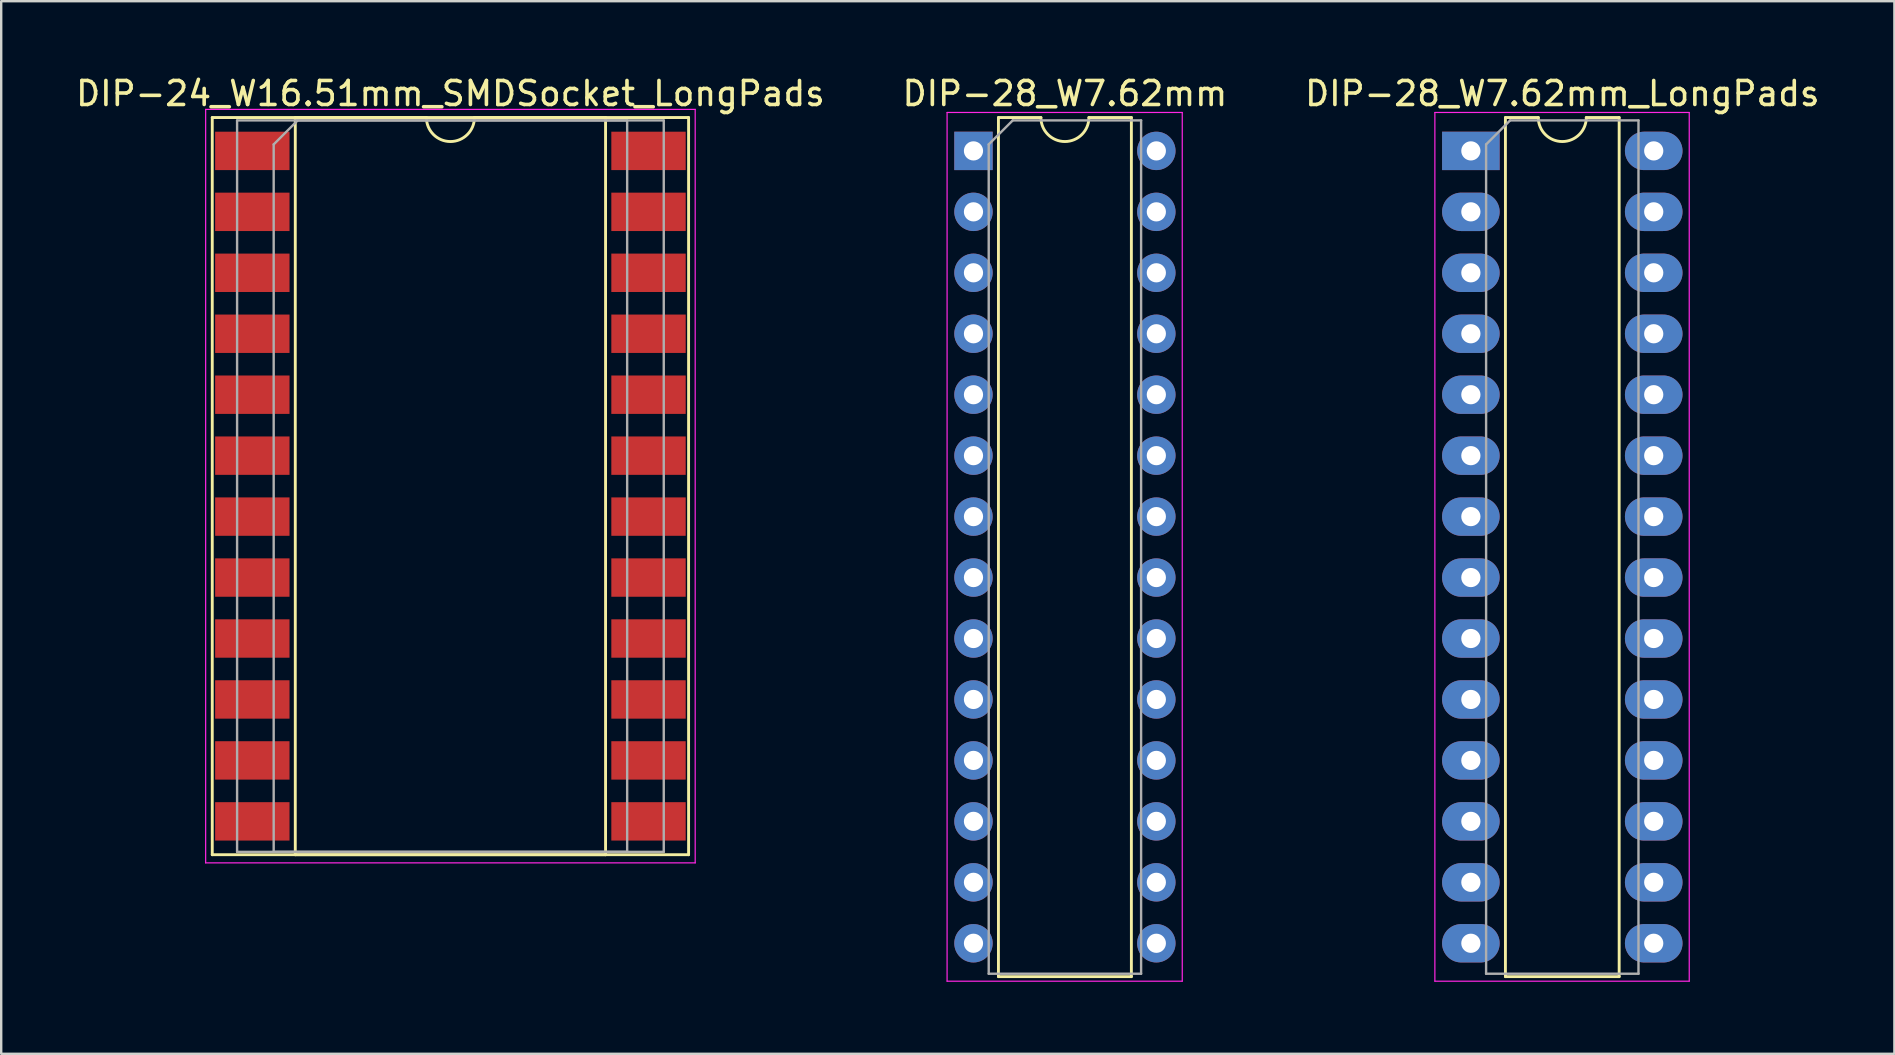
<source format=kicad_pcb>
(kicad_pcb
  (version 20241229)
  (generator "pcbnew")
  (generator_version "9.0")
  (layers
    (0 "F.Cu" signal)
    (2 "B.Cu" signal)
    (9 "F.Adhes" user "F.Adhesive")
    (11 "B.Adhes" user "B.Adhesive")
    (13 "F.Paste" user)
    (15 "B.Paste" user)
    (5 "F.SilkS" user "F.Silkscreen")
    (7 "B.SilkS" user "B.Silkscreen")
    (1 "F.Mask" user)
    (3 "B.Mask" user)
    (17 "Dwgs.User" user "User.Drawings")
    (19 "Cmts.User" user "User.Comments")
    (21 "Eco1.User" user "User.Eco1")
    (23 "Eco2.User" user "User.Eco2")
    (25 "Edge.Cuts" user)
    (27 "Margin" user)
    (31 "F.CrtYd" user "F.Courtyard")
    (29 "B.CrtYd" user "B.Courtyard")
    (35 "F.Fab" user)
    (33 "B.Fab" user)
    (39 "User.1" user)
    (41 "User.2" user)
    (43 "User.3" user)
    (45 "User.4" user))
  (footprint "DIP-28_W7.62mm"
    (layer "F.Cu")
    (at 37.517 3.238)
    (property "Reference" "DIP-28_W7.62mm" (at 3.81 -2.39 0) (layer "F.SilkS") (effects (font (size 1 1) (thickness 0.15))))
    (attr through_hole)
    (fp_line (start 1.04 -1.39) (end 1.04 34.41) (stroke (width 0.12) (type solid)) (layer "F.SilkS"))
    (fp_line (start 1.04 34.41) (end 6.58 34.41) (stroke (width 0.12) (type solid)) (layer "F.SilkS"))
    (fp_line (start 2.81 -1.39) (end 1.04 -1.39) (stroke (width 0.12) (type solid)) (layer "F.SilkS"))
    (fp_line (start 6.58 -1.39) (end 4.81 -1.39) (stroke (width 0.12) (type solid)) (layer "F.SilkS"))
    (fp_line (start 6.58 34.41) (end 6.58 -1.39) (stroke (width 0.12) (type solid)) (layer "F.SilkS"))
    (fp_arc (start 4.81 -1.39) (mid 3.81 -0.39) (end 2.81 -1.39) (stroke (width 0.12) (type solid)) (layer "F.SilkS"))
    (fp_line (start -1.1 -1.6) (end -1.1 34.6) (stroke (width 0.05) (type solid)) (layer "F.CrtYd"))
    (fp_line (start -1.1 34.6) (end 8.7 34.6) (stroke (width 0.05) (type solid)) (layer "F.CrtYd"))
    (fp_line (start 8.7 -1.6) (end -1.1 -1.6) (stroke (width 0.05) (type solid)) (layer "F.CrtYd"))
    (fp_line (start 8.7 34.6) (end 8.7 -1.6) (stroke (width 0.05) (type solid)) (layer "F.CrtYd"))
    (fp_line (start 0.635 -0.27) (end 1.635 -1.27) (stroke (width 0.1) (type solid)) (layer "F.Fab"))
    (fp_line (start 0.635 34.29) (end 0.635 -0.27) (stroke (width 0.1) (type solid)) (layer "F.Fab"))
    (fp_line (start 1.635 -1.27) (end 6.985 -1.27) (stroke (width 0.1) (type solid)) (layer "F.Fab"))
    (fp_line (start 6.985 -1.27) (end 6.985 34.29) (stroke (width 0.1) (type solid)) (layer "F.Fab"))
    (fp_line (start 6.985 34.29) (end 0.635 34.29) (stroke (width 0.1) (type solid)) (layer "F.Fab"))
    (pad "1" thru_hole rect (at 0 0) (size 1.6 1.6) (drill 0.8) (layers "*.Cu" "*.Mask"))
    (pad "2" thru_hole oval (at 0 2.54) (size 1.6 1.6) (drill 0.8) (layers "*.Cu" "*.Mask"))
    (pad "3" thru_hole oval (at 0 5.08) (size 1.6 1.6) (drill 0.8) (layers "*.Cu" "*.Mask"))
    (pad "4" thru_hole oval (at 0 7.62) (size 1.6 1.6) (drill 0.8) (layers "*.Cu" "*.Mask"))
    (pad "5" thru_hole oval (at 0 10.16) (size 1.6 1.6) (drill 0.8) (layers "*.Cu" "*.Mask"))
    (pad "6" thru_hole oval (at 0 12.7) (size 1.6 1.6) (drill 0.8) (layers "*.Cu" "*.Mask"))
    (pad "7" thru_hole oval (at 0 15.24) (size 1.6 1.6) (drill 0.8) (layers "*.Cu" "*.Mask"))
    (pad "8" thru_hole oval (at 0 17.78) (size 1.6 1.6) (drill 0.8) (layers "*.Cu" "*.Mask"))
    (pad "9" thru_hole oval (at 0 20.32) (size 1.6 1.6) (drill 0.8) (layers "*.Cu" "*.Mask"))
    (pad "10" thru_hole oval (at 0 22.86) (size 1.6 1.6) (drill 0.8) (layers "*.Cu" "*.Mask"))
    (pad "11" thru_hole oval (at 0 25.4) (size 1.6 1.6) (drill 0.8) (layers "*.Cu" "*.Mask"))
    (pad "12" thru_hole oval (at 0 27.94) (size 1.6 1.6) (drill 0.8) (layers "*.Cu" "*.Mask"))
    (pad "13" thru_hole oval (at 0 30.48) (size 1.6 1.6) (drill 0.8) (layers "*.Cu" "*.Mask"))
    (pad "14" thru_hole oval (at 0 33.02) (size 1.6 1.6) (drill 0.8) (layers "*.Cu" "*.Mask"))
    (pad "15" thru_hole oval (at 7.62 33.02) (size 1.6 1.6) (drill 0.8) (layers "*.Cu" "*.Mask"))
    (pad "16" thru_hole oval (at 7.62 30.48) (size 1.6 1.6) (drill 0.8) (layers "*.Cu" "*.Mask"))
    (pad "17" thru_hole oval (at 7.62 27.94) (size 1.6 1.6) (drill 0.8) (layers "*.Cu" "*.Mask"))
    (pad "18" thru_hole oval (at 7.62 25.4) (size 1.6 1.6) (drill 0.8) (layers "*.Cu" "*.Mask"))
    (pad "19" thru_hole oval (at 7.62 22.86) (size 1.6 1.6) (drill 0.8) (layers "*.Cu" "*.Mask"))
    (pad "20" thru_hole oval (at 7.62 20.32) (size 1.6 1.6) (drill 0.8) (layers "*.Cu" "*.Mask"))
    (pad "21" thru_hole oval (at 7.62 17.78) (size 1.6 1.6) (drill 0.8) (layers "*.Cu" "*.Mask"))
    (pad "22" thru_hole oval (at 7.62 15.24) (size 1.6 1.6) (drill 0.8) (layers "*.Cu" "*.Mask"))
    (pad "23" thru_hole oval (at 7.62 12.7) (size 1.6 1.6) (drill 0.8) (layers "*.Cu" "*.Mask"))
    (pad "24" thru_hole oval (at 7.62 10.16) (size 1.6 1.6) (drill 0.8) (layers "*.Cu" "*.Mask"))
    (pad "25" thru_hole oval (at 7.62 7.62) (size 1.6 1.6) (drill 0.8) (layers "*.Cu" "*.Mask"))
    (pad "26" thru_hole oval (at 7.62 5.08) (size 1.6 1.6) (drill 0.8) (layers "*.Cu" "*.Mask"))
    (pad "27" thru_hole oval (at 7.62 2.54) (size 1.6 1.6) (drill 0.8) (layers "*.Cu" "*.Mask"))
    (pad "28" thru_hole oval (at 7.62 0) (size 1.6 1.6) (drill 0.8) (layers "*.Cu" "*.Mask")))
  (footprint "DIP-28_W7.62mm_LongPads"
    (layer "F.Cu")
    (at 58.244 3.238)
    (property "Reference" "DIP-28_W7.62mm_LongPads" (at 3.81 -2.39 0) (layer "F.SilkS") (effects (font (size 1 1) (thickness 0.15))))
    (attr through_hole)
    (fp_line (start 1.44 -1.39) (end 1.44 34.41) (stroke (width 0.12) (type solid)) (layer "F.SilkS"))
    (fp_line (start 1.44 34.41) (end 6.18 34.41) (stroke (width 0.12) (type solid)) (layer "F.SilkS"))
    (fp_line (start 2.81 -1.39) (end 1.44 -1.39) (stroke (width 0.12) (type solid)) (layer "F.SilkS"))
    (fp_line (start 6.18 -1.39) (end 4.81 -1.39) (stroke (width 0.12) (type solid)) (layer "F.SilkS"))
    (fp_line (start 6.18 34.41) (end 6.18 -1.39) (stroke (width 0.12) (type solid)) (layer "F.SilkS"))
    (fp_arc (start 4.81 -1.39) (mid 3.81 -0.39) (end 2.81 -1.39) (stroke (width 0.12) (type solid)) (layer "F.SilkS"))
    (fp_line (start -1.5 -1.6) (end -1.5 34.6) (stroke (width 0.05) (type solid)) (layer "F.CrtYd"))
    (fp_line (start -1.5 34.6) (end 9.1 34.6) (stroke (width 0.05) (type solid)) (layer "F.CrtYd"))
    (fp_line (start 9.1 -1.6) (end -1.5 -1.6) (stroke (width 0.05) (type solid)) (layer "F.CrtYd"))
    (fp_line (start 9.1 34.6) (end 9.1 -1.6) (stroke (width 0.05) (type solid)) (layer "F.CrtYd"))
    (fp_line (start 0.635 -0.27) (end 1.635 -1.27) (stroke (width 0.1) (type solid)) (layer "F.Fab"))
    (fp_line (start 0.635 34.29) (end 0.635 -0.27) (stroke (width 0.1) (type solid)) (layer "F.Fab"))
    (fp_line (start 1.635 -1.27) (end 6.985 -1.27) (stroke (width 0.1) (type solid)) (layer "F.Fab"))
    (fp_line (start 6.985 -1.27) (end 6.985 34.29) (stroke (width 0.1) (type solid)) (layer "F.Fab"))
    (fp_line (start 6.985 34.29) (end 0.635 34.29) (stroke (width 0.1) (type solid)) (layer "F.Fab"))
    (pad "1" thru_hole rect (at 0 0) (size 2.4 1.6) (drill 0.8) (layers "*.Cu" "*.Mask"))
    (pad "2" thru_hole oval (at 0 2.54) (size 2.4 1.6) (drill 0.8) (layers "*.Cu" "*.Mask"))
    (pad "3" thru_hole oval (at 0 5.08) (size 2.4 1.6) (drill 0.8) (layers "*.Cu" "*.Mask"))
    (pad "4" thru_hole oval (at 0 7.62) (size 2.4 1.6) (drill 0.8) (layers "*.Cu" "*.Mask"))
    (pad "5" thru_hole oval (at 0 10.16) (size 2.4 1.6) (drill 0.8) (layers "*.Cu" "*.Mask"))
    (pad "6" thru_hole oval (at 0 12.7) (size 2.4 1.6) (drill 0.8) (layers "*.Cu" "*.Mask"))
    (pad "7" thru_hole oval (at 0 15.24) (size 2.4 1.6) (drill 0.8) (layers "*.Cu" "*.Mask"))
    (pad "8" thru_hole oval (at 0 17.78) (size 2.4 1.6) (drill 0.8) (layers "*.Cu" "*.Mask"))
    (pad "9" thru_hole oval (at 0 20.32) (size 2.4 1.6) (drill 0.8) (layers "*.Cu" "*.Mask"))
    (pad "10" thru_hole oval (at 0 22.86) (size 2.4 1.6) (drill 0.8) (layers "*.Cu" "*.Mask"))
    (pad "11" thru_hole oval (at 0 25.4) (size 2.4 1.6) (drill 0.8) (layers "*.Cu" "*.Mask"))
    (pad "12" thru_hole oval (at 0 27.94) (size 2.4 1.6) (drill 0.8) (layers "*.Cu" "*.Mask"))
    (pad "13" thru_hole oval (at 0 30.48) (size 2.4 1.6) (drill 0.8) (layers "*.Cu" "*.Mask"))
    (pad "14" thru_hole oval (at 0 33.02) (size 2.4 1.6) (drill 0.8) (layers "*.Cu" "*.Mask"))
    (pad "15" thru_hole oval (at 7.62 33.02) (size 2.4 1.6) (drill 0.8) (layers "*.Cu" "*.Mask"))
    (pad "16" thru_hole oval (at 7.62 30.48) (size 2.4 1.6) (drill 0.8) (layers "*.Cu" "*.Mask"))
    (pad "17" thru_hole oval (at 7.62 27.94) (size 2.4 1.6) (drill 0.8) (layers "*.Cu" "*.Mask"))
    (pad "18" thru_hole oval (at 7.62 25.4) (size 2.4 1.6) (drill 0.8) (layers "*.Cu" "*.Mask"))
    (pad "19" thru_hole oval (at 7.62 22.86) (size 2.4 1.6) (drill 0.8) (layers "*.Cu" "*.Mask"))
    (pad "20" thru_hole oval (at 7.62 20.32) (size 2.4 1.6) (drill 0.8) (layers "*.Cu" "*.Mask"))
    (pad "21" thru_hole oval (at 7.62 17.78) (size 2.4 1.6) (drill 0.8) (layers "*.Cu" "*.Mask"))
    (pad "22" thru_hole oval (at 7.62 15.24) (size 2.4 1.6) (drill 0.8) (layers "*.Cu" "*.Mask"))
    (pad "23" thru_hole oval (at 7.62 12.7) (size 2.4 1.6) (drill 0.8) (layers "*.Cu" "*.Mask"))
    (pad "24" thru_hole oval (at 7.62 10.16) (size 2.4 1.6) (drill 0.8) (layers "*.Cu" "*.Mask"))
    (pad "25" thru_hole oval (at 7.62 7.62) (size 2.4 1.6) (drill 0.8) (layers "*.Cu" "*.Mask"))
    (pad "26" thru_hole oval (at 7.62 5.08) (size 2.4 1.6) (drill 0.8) (layers "*.Cu" "*.Mask"))
    (pad "27" thru_hole oval (at 7.62 2.54) (size 2.4 1.6) (drill 0.8) (layers "*.Cu" "*.Mask"))
    (pad "28" thru_hole oval (at 7.62 0) (size 2.4 1.6) (drill 0.8) (layers "*.Cu" "*.Mask")))
  (footprint "DIP-24_W16.51mm_SMDSocket_LongPads"
    (layer "F.Cu")
    (at 15.72 17.208)
    (property "Reference" "DIP-24_W16.51mm_SMDSocket_LongPads" (at 0 -16.36 0) (layer "F.SilkS") (effects (font (size 1 1) (thickness 0.15))))
    (attr smd)
    (fp_line (start -9.925 -15.36) (end -9.925 15.36) (stroke (width 0.12) (type solid)) (layer "F.SilkS"))
    (fp_line (start -9.925 15.36) (end 9.925 15.36) (stroke (width 0.12) (type solid)) (layer "F.SilkS"))
    (fp_line (start -6.465 -15.36) (end -6.465 15.36) (stroke (width 0.12) (type solid)) (layer "F.SilkS"))
    (fp_line (start -6.465 15.36) (end 6.465 15.36) (stroke (width 0.12) (type solid)) (layer "F.SilkS"))
    (fp_line (start -1 -15.36) (end -6.465 -15.36) (stroke (width 0.12) (type solid)) (layer "F.SilkS"))
    (fp_line (start 6.465 -15.36) (end 1 -15.36) (stroke (width 0.12) (type solid)) (layer "F.SilkS"))
    (fp_line (start 6.465 15.36) (end 6.465 -15.36) (stroke (width 0.12) (type solid)) (layer "F.SilkS"))
    (fp_line (start 9.925 -15.36) (end -9.925 -15.36) (stroke (width 0.12) (type solid)) (layer "F.SilkS"))
    (fp_line (start 9.925 15.36) (end 9.925 -15.36) (stroke (width 0.12) (type solid)) (layer "F.SilkS"))
    (fp_arc (start 1 -15.36) (mid 0 -14.36) (end -1 -15.36) (stroke (width 0.12) (type solid)) (layer "F.SilkS"))
    (fp_line (start -10.2 -15.7) (end -10.2 15.7) (stroke (width 0.05) (type solid)) (layer "F.CrtYd"))
    (fp_line (start -10.2 15.7) (end 10.2 15.7) (stroke (width 0.05) (type solid)) (layer "F.CrtYd"))
    (fp_line (start 10.2 -15.7) (end -10.2 -15.7) (stroke (width 0.05) (type solid)) (layer "F.CrtYd"))
    (fp_line (start 10.2 15.7) (end 10.2 -15.7) (stroke (width 0.05) (type solid)) (layer "F.CrtYd"))
    (fp_line (start -8.89 -15.24) (end -8.89 15.24) (stroke (width 0.1) (type solid)) (layer "F.Fab"))
    (fp_line (start -8.89 15.24) (end 8.89 15.24) (stroke (width 0.1) (type solid)) (layer "F.Fab"))
    (fp_line (start -7.365 -14.24) (end -6.365 -15.24) (stroke (width 0.1) (type solid)) (layer "F.Fab"))
    (fp_line (start -7.365 15.24) (end -7.365 -14.24) (stroke (width 0.1) (type solid)) (layer "F.Fab"))
    (fp_line (start -6.365 -15.24) (end 7.365 -15.24) (stroke (width 0.1) (type solid)) (layer "F.Fab"))
    (fp_line (start 7.365 -15.24) (end 7.365 15.24) (stroke (width 0.1) (type solid)) (layer "F.Fab"))
    (fp_line (start 7.365 15.24) (end -7.365 15.24) (stroke (width 0.1) (type solid)) (layer "F.Fab"))
    (fp_line (start 8.89 -15.24) (end -8.89 -15.24) (stroke (width 0.1) (type solid)) (layer "F.Fab"))
    (fp_line (start 8.89 15.24) (end 8.89 -15.24) (stroke (width 0.1) (type solid)) (layer "F.Fab"))
    (pad "1" smd rect (at -8.255 -13.97) (size 3.1 1.6) (layers "F.Cu" "F.Mask"))
    (pad "2" smd rect (at -8.255 -11.43) (size 3.1 1.6) (layers "F.Cu" "F.Mask"))
    (pad "3" smd rect (at -8.255 -8.89) (size 3.1 1.6) (layers "F.Cu" "F.Mask"))
    (pad "4" smd rect (at -8.255 -6.35) (size 3.1 1.6) (layers "F.Cu" "F.Mask"))
    (pad "5" smd rect (at -8.255 -3.81) (size 3.1 1.6) (layers "F.Cu" "F.Mask"))
    (pad "6" smd rect (at -8.255 -1.27) (size 3.1 1.6) (layers "F.Cu" "F.Mask"))
    (pad "7" smd rect (at -8.255 1.27) (size 3.1 1.6) (layers "F.Cu" "F.Mask"))
    (pad "8" smd rect (at -8.255 3.81) (size 3.1 1.6) (layers "F.Cu" "F.Mask"))
    (pad "9" smd rect (at -8.255 6.35) (size 3.1 1.6) (layers "F.Cu" "F.Mask"))
    (pad "10" smd rect (at -8.255 8.89) (size 3.1 1.6) (layers "F.Cu" "F.Mask"))
    (pad "11" smd rect (at -8.255 11.43) (size 3.1 1.6) (layers "F.Cu" "F.Mask"))
    (pad "12" smd rect (at -8.255 13.97) (size 3.1 1.6) (layers "F.Cu" "F.Mask"))
    (pad "13" smd rect (at 8.255 13.97) (size 3.1 1.6) (layers "F.Cu" "F.Mask"))
    (pad "14" smd rect (at 8.255 11.43) (size 3.1 1.6) (layers "F.Cu" "F.Mask"))
    (pad "15" smd rect (at 8.255 8.89) (size 3.1 1.6) (layers "F.Cu" "F.Mask"))
    (pad "16" smd rect (at 8.255 6.35) (size 3.1 1.6) (layers "F.Cu" "F.Mask"))
    (pad "17" smd rect (at 8.255 3.81) (size 3.1 1.6) (layers "F.Cu" "F.Mask"))
    (pad "18" smd rect (at 8.255 1.27) (size 3.1 1.6) (layers "F.Cu" "F.Mask"))
    (pad "19" smd rect (at 8.255 -1.27) (size 3.1 1.6) (layers "F.Cu" "F.Mask"))
    (pad "20" smd rect (at 8.255 -3.81) (size 3.1 1.6) (layers "F.Cu" "F.Mask"))
    (pad "21" smd rect (at 8.255 -6.35) (size 3.1 1.6) (layers "F.Cu" "F.Mask"))
    (pad "22" smd rect (at 8.255 -8.89) (size 3.1 1.6) (layers "F.Cu" "F.Mask"))
    (pad "23" smd rect (at 8.255 -11.43) (size 3.1 1.6) (layers "F.Cu" "F.Mask"))
    (pad "24" smd rect (at 8.255 -13.97) (size 3.1 1.6) (layers "F.Cu" "F.Mask")))
  (gr_rect
    (start -3 -3)
    (end 75.893 40.863)
    (stroke (width 0.1) (type default))
    (fill no)
    (layer "Edge.Cuts")))
</source>
